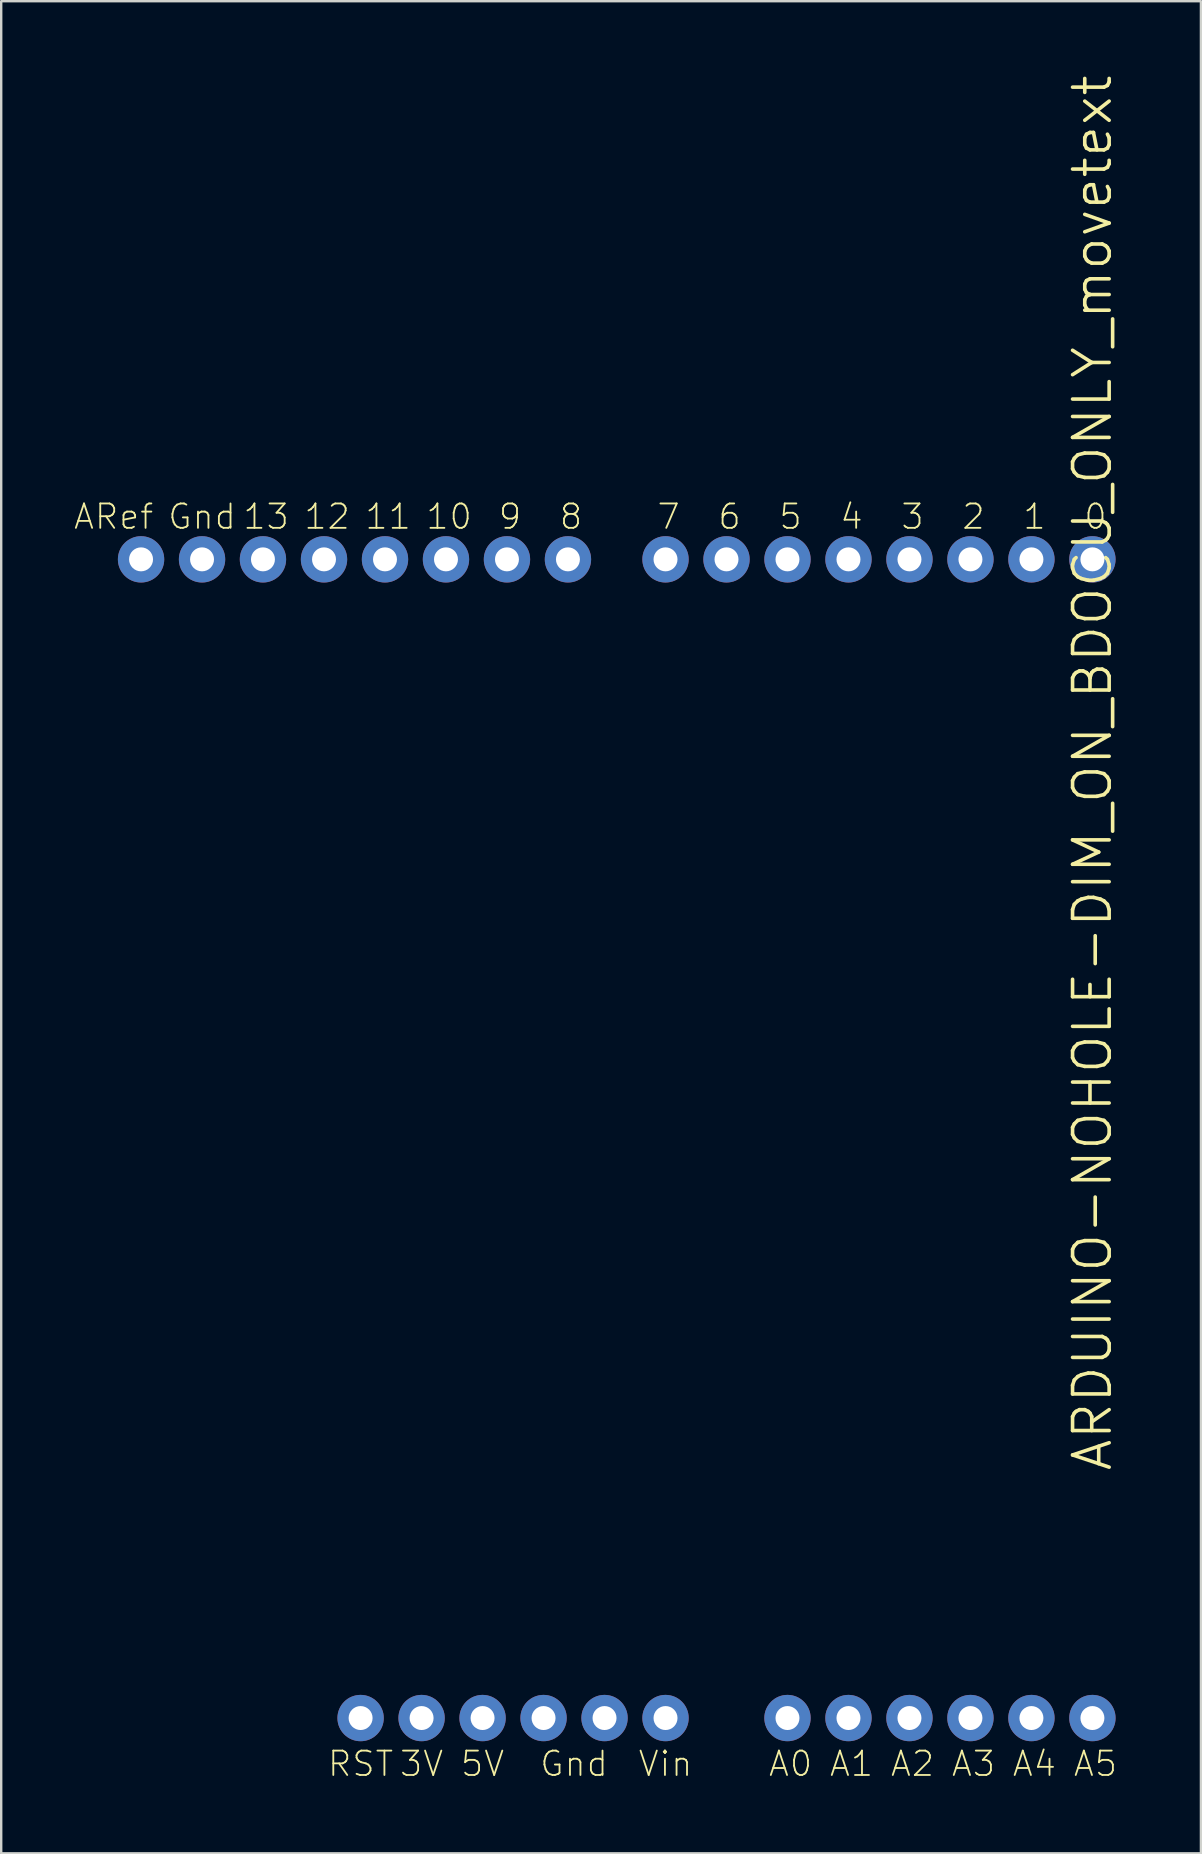
<source format=kicad_pcb>
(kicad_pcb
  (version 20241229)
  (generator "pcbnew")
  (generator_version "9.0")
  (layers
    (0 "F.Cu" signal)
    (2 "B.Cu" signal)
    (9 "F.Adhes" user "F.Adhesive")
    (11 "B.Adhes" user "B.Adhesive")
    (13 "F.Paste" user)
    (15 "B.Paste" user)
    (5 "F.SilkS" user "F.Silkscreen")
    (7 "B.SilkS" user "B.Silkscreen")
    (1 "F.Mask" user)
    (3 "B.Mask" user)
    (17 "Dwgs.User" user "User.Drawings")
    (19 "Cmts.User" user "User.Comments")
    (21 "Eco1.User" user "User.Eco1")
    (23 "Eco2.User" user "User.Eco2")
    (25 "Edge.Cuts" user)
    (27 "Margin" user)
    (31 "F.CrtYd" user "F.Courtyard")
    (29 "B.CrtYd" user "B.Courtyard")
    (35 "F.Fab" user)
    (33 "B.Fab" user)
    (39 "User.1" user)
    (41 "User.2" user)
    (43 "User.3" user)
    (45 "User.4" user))
  (footprint "ARDUINO-NOHOLE-DIM_ON_BDOCU_ONLY_movetext"
    (layer "F.Cu")
    (at 43.719 18.977)
    (property "Reference" "ARDUINO-NOHOLE-DIM_ON_BDOCU_ONLY_movetext" (at -1.27 10.16 90) (layer "F.SilkS") (effects (font (size 1.524 1.524) (thickness 0.15))))
    (attr exclude_from_pos_files exclude_from_bom)
    (fp_text user "Vin" (at -19.05 51.435 0) (layer "F.SilkS") (effects (font (size 1.016 1.016) (thickness 0.076))))
    (fp_text user "9" (at -25.527 -0.508 180) (layer "F.SilkS") (effects (font (size 1.016 1.016) (thickness 0.076))))
    (fp_text user "A3" (at -6.223 51.435 0) (layer "F.SilkS") (effects (font (size 1.016 1.016) (thickness 0.076))))
    (fp_text user "12" (at -33.147 -0.508 180) (layer "F.SilkS") (effects (font (size 1.016 1.016) (thickness 0.076))))
    (fp_text user "0" (at -1.143 -0.508 180) (layer "F.SilkS") (effects (font (size 1.016 1.016) (thickness 0.076))))
    (fp_text user "6" (at -16.383 -0.508 180) (layer "F.SilkS") (effects (font (size 1.016 1.016) (thickness 0.076))))
    (fp_text user "A2" (at -8.763 51.435 0) (layer "F.SilkS") (effects (font (size 1.016 1.016) (thickness 0.076))))
    (fp_text user "3" (at -8.763 -0.508 180) (layer "F.SilkS") (effects (font (size 1.016 1.016) (thickness 0.076))))
    (fp_text user "Gnd" (at -22.86 51.435 0) (layer "F.SilkS") (effects (font (size 1.016 1.016) (thickness 0.076))))
    (fp_text user "3V" (at -29.21 51.435 0) (layer "F.SilkS") (effects (font (size 1.016 1.016) (thickness 0.076))))
    (fp_text user "13" (at -35.687 -0.508 180) (layer "F.SilkS") (effects (font (size 1.016 1.016) (thickness 0.076))))
    (fp_text user "Gnd" (at -38.354 -0.508 0) (layer "F.SilkS") (effects (font (size 1.016 1.016) (thickness 0.076))))
    (fp_text user "5" (at -13.843 -0.508 180) (layer "F.SilkS") (effects (font (size 1.016 1.016) (thickness 0.076))))
    (fp_text user "4" (at -11.303 -0.508 180) (layer "F.SilkS") (effects (font (size 1.016 1.016) (thickness 0.076))))
    (fp_text user "1" (at -3.686 -0.508 180) (layer "F.SilkS") (effects (font (size 1.016 1.016) (thickness 0.076))))
    (fp_text user "A0" (at -13.843 51.435 0) (layer "F.SilkS") (effects (font (size 1.016 1.016) (thickness 0.076))))
    (fp_text user "A5" (at -1.143 51.435 0) (layer "F.SilkS") (effects (font (size 1.016 1.016) (thickness 0.076))))
    (fp_text user "A4" (at -3.686 51.435 0) (layer "F.SilkS") (effects (font (size 1.016 1.016) (thickness 0.076))))
    (fp_text user "10" (at -28.067 -0.508 180) (layer "F.SilkS") (effects (font (size 1.016 1.016) (thickness 0.076))))
    (fp_text user "7" (at -18.923 -0.508 180) (layer "F.SilkS") (effects (font (size 1.016 1.016) (thickness 0.076))))
    (fp_text user "2" (at -6.223 -0.508 180) (layer "F.SilkS") (effects (font (size 1.016 1.016) (thickness 0.076))))
    (fp_text user "8" (at -22.987 -0.508 180) (layer "F.SilkS") (effects (font (size 1.016 1.016) (thickness 0.076))))
    (fp_text user "A1" (at -11.303 51.435 0) (layer "F.SilkS") (effects (font (size 1.016 1.016) (thickness 0.076))))
    (fp_text user "11" (at -30.607 -0.508 180) (layer "F.SilkS") (effects (font (size 1.016 1.016) (thickness 0.076))))
    (fp_text user "5V" (at -26.67 51.435 0) (layer "F.SilkS") (effects (font (size 1.016 1.016) (thickness 0.076))))
    (fp_text user "ARef" (at -42.037 -0.508 180) (layer "F.SilkS") (effects (font (size 1.016 1.016) (thickness 0.076))))
    (fp_text user "RST" (at -31.75 51.435 0) (layer "F.SilkS") (effects (font (size 1.016 1.016) (thickness 0.076))))
    (pad "3V" thru_hole circle (at -29.21 49.53) (size 1.93 1.93) (drill 0.998) (layers "*.Cu" "*.Mask"))
    (pad "5V" thru_hole circle (at -26.67 49.53) (size 1.93 1.93) (drill 0.998) (layers "*.Cu" "*.Mask"))
    (pad "A0" thru_hole circle (at -13.97 49.53) (size 1.93 1.93) (drill 0.998) (layers "*.Cu" "*.Mask"))
    (pad "A1" thru_hole circle (at -11.43 49.53) (size 1.93 1.93) (drill 0.998) (layers "*.Cu" "*.Mask"))
    (pad "A2" thru_hole circle (at -8.89 49.53) (size 1.93 1.93) (drill 0.998) (layers "*.Cu" "*.Mask"))
    (pad "A3" thru_hole circle (at -6.35 49.53) (size 1.93 1.93) (drill 0.998) (layers "*.Cu" "*.Mask"))
    (pad "A4" thru_hole circle (at -3.81 49.53) (size 1.93 1.93) (drill 0.998) (layers "*.Cu" "*.Mask"))
    (pad "A5" thru_hole circle (at -1.27 49.53) (size 1.93 1.93) (drill 0.998) (layers "*.Cu" "*.Mask"))
    (pad "AREF" thru_hole circle (at -40.894 1.27) (size 1.93 1.93) (drill 0.998) (layers "*.Cu" "*.Mask"))
    (pad "D0" thru_hole circle (at -1.27 1.27) (size 1.93 1.93) (drill 0.998) (layers "*.Cu" "*.Mask"))
    (pad "D1" thru_hole circle (at -3.81 1.27) (size 1.93 1.93) (drill 0.998) (layers "*.Cu" "*.Mask"))
    (pad "D2" thru_hole circle (at -6.35 1.27) (size 1.93 1.93) (drill 0.998) (layers "*.Cu" "*.Mask"))
    (pad "D3" thru_hole circle (at -8.89 1.27) (size 1.93 1.93) (drill 0.998) (layers "*.Cu" "*.Mask"))
    (pad "D4" thru_hole circle (at -11.43 1.27) (size 1.93 1.93) (drill 0.998) (layers "*.Cu" "*.Mask"))
    (pad "D5" thru_hole circle (at -13.97 1.27) (size 1.93 1.93) (drill 0.998) (layers "*.Cu" "*.Mask"))
    (pad "D6" thru_hole circle (at -16.51 1.27) (size 1.93 1.93) (drill 0.998) (layers "*.Cu" "*.Mask"))
    (pad "D7" thru_hole circle (at -19.05 1.27) (size 1.93 1.93) (drill 0.998) (layers "*.Cu" "*.Mask"))
    (pad "D8" thru_hole circle (at -23.114 1.27) (size 1.93 1.93) (drill 0.998) (layers "*.Cu" "*.Mask"))
    (pad "D9" thru_hole circle (at -25.654 1.27) (size 1.93 1.93) (drill 0.998) (layers "*.Cu" "*.Mask"))
    (pad "D10" thru_hole circle (at -28.194 1.27) (size 1.93 1.93) (drill 0.998) (layers "*.Cu" "*.Mask"))
    (pad "D11" thru_hole circle (at -30.734 1.27) (size 1.93 1.93) (drill 0.998) (layers "*.Cu" "*.Mask"))
    (pad "D12" thru_hole circle (at -33.274 1.27) (size 1.93 1.93) (drill 0.998) (layers "*.Cu" "*.Mask"))
    (pad "D13" thru_hole circle (at -35.817 1.27) (size 1.93 1.93) (drill 0.998) (layers "*.Cu" "*.Mask"))
    (pad "GND" thru_hole circle (at -38.354 1.27) (size 1.93 1.93) (drill 0.998) (layers "*.Cu" "*.Mask"))
    (pad "GND1" thru_hole circle (at -21.59 49.53) (size 1.93 1.93) (drill 0.998) (layers "*.Cu" "*.Mask"))
    (pad "GND2" thru_hole circle (at -24.13 49.53) (size 1.93 1.93) (drill 0.998) (layers "*.Cu" "*.Mask"))
    (pad "RESE" thru_hole circle (at -31.75 49.53) (size 1.93 1.93) (drill 0.998) (layers "*.Cu" "*.Mask"))
    (pad "VIN" thru_hole circle (at -19.05 49.53) (size 1.93 1.93) (drill 0.998) (layers "*.Cu" "*.Mask")))
  (gr_rect
    (start -3 -3)
    (end 46.969 74.141)
    (stroke (width 0.1) (type default))
    (fill no)
    (layer "Edge.Cuts")))
</source>
